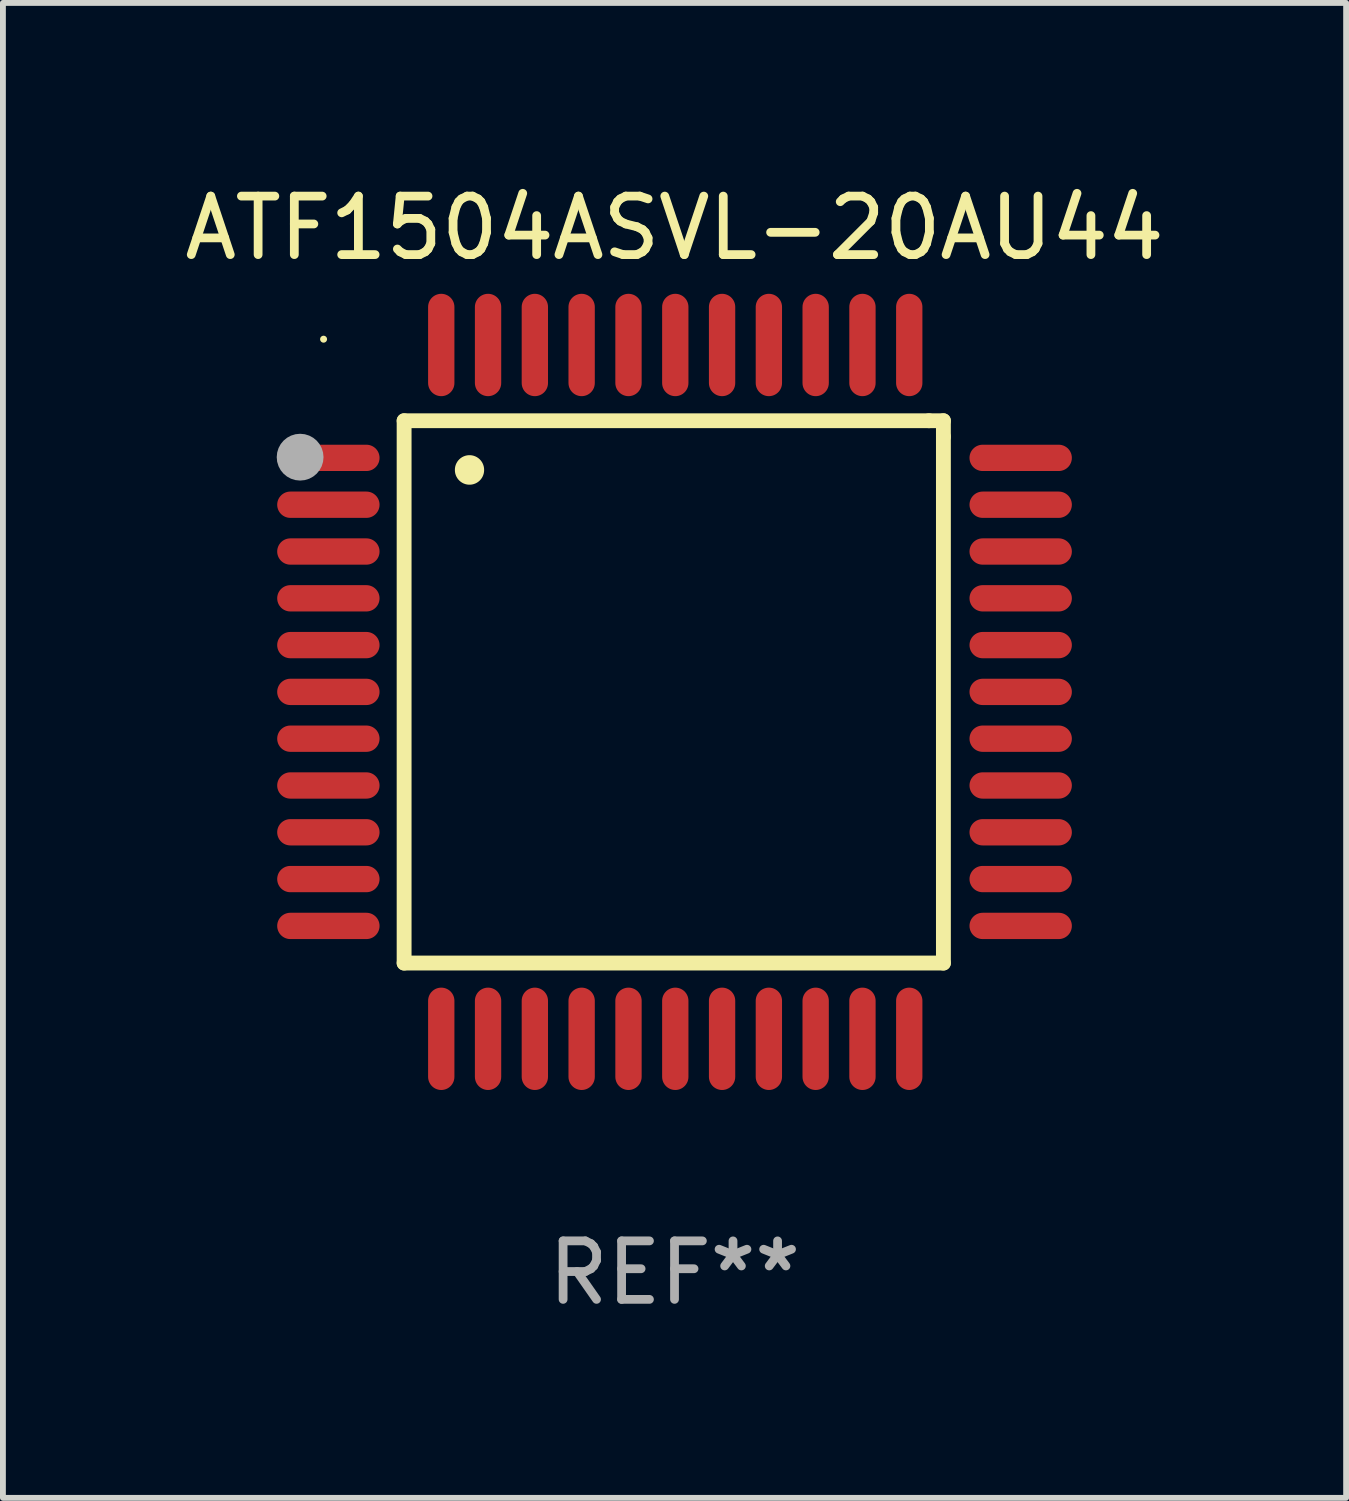
<source format=kicad_pcb>
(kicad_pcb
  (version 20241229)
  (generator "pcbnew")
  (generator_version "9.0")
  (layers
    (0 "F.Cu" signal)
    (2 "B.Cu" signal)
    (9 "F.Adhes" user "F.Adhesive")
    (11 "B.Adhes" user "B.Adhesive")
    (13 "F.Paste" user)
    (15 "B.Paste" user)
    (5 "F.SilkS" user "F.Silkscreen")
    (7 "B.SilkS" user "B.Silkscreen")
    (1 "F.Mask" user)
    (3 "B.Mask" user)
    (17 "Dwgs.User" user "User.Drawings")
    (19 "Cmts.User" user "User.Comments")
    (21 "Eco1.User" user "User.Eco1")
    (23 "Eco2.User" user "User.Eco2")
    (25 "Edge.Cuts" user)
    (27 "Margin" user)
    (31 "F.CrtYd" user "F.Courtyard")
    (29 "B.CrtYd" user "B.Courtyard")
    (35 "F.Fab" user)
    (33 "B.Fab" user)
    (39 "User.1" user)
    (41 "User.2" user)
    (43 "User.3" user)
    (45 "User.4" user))
  (footprint "ATF1504ASVL-20AU44"
    (layer "F.Cu")
    (at 8.482 8.779)
    (property "Reference" "ATF1504ASVL-20AU44" (at 0 -7.931 0) (layer "F.SilkS") (effects (font (size 1 1) (thickness 0.15))))
    (attr through_hole)
    (fp_line (start -4.623 -4.636) (end 4.35 -4.636) (stroke (width 0.254) (type solid)) (layer "F.SilkS"))
    (fp_line (start -4.623 4.636) (end -4.623 -4.636) (stroke (width 0.254) (type solid)) (layer "F.SilkS"))
    (fp_line (start 4.35 -4.636) (end 4.597 -4.636) (stroke (width 0.254) (type solid)) (layer "F.SilkS"))
    (fp_line (start 4.597 -4.636) (end 4.597 -4.363) (stroke (width 0.254) (type solid)) (layer "F.SilkS"))
    (fp_line (start 4.597 -4.363) (end 4.597 4.636) (stroke (width 0.254) (type solid)) (layer "F.SilkS"))
    (fp_line (start 4.597 4.636) (end -4.623 4.636) (stroke (width 0.254) (type solid)) (layer "F.SilkS"))
    (fp_arc (start -3.505207 -3.792228) (mid -3.50522 -3.794768) (end -3.505207 -3.797308) (stroke (width 0.5) (type solid)) (layer "F.SilkS"))
    (fp_circle (center -6 -6.03) (end -5.97 -6.03) (stroke (width 0.06) (type solid)) (fill no) (layer "F.SilkS"))
    (fp_circle (center -6.401 -4.013) (end -6.201 -4.013) (stroke (width 0.4) (type solid)) (fill no) (layer "F.Fab"))
    (fp_text user "REF**" (at 0 9.931 0) (layer "F.Fab") (effects (font (size 1 1) (thickness 0.15))))
    (pad "1" smd oval (at -5.918 -4.001 90) (size 0.45 1.75) (layers "F.Cu" "F.Mask" "F.Paste"))
    (pad "2" smd oval (at -5.918 -3.2 90) (size 0.45 1.75) (layers "F.Cu" "F.Mask" "F.Paste"))
    (pad "3" smd oval (at -5.918 -2.4 90) (size 0.45 1.75) (layers "F.Cu" "F.Mask" "F.Paste"))
    (pad "4" smd oval (at -5.918 -1.6 90) (size 0.45 1.75) (layers "F.Cu" "F.Mask" "F.Paste"))
    (pad "5" smd oval (at -5.918 -0.8 90) (size 0.45 1.75) (layers "F.Cu" "F.Mask" "F.Paste"))
    (pad "6" smd oval (at -5.918 0 90) (size 0.45 1.75) (layers "F.Cu" "F.Mask" "F.Paste"))
    (pad "7" smd oval (at -5.918 0.8 90) (size 0.45 1.75) (layers "F.Cu" "F.Mask" "F.Paste"))
    (pad "8" smd oval (at -5.918 1.6 90) (size 0.45 1.75) (layers "F.Cu" "F.Mask" "F.Paste"))
    (pad "9" smd oval (at -5.918 2.4 90) (size 0.45 1.75) (layers "F.Cu" "F.Mask" "F.Paste"))
    (pad "10" smd oval (at -5.918 3.2 90) (size 0.45 1.75) (layers "F.Cu" "F.Mask" "F.Paste"))
    (pad "11" smd oval (at -5.918 4.001 90) (size 0.45 1.75) (layers "F.Cu" "F.Mask" "F.Paste"))
    (pad "12" smd oval (at -3.988 5.931) (size 0.45 1.75) (layers "F.Cu" "F.Mask" "F.Paste"))
    (pad "13" smd oval (at -3.188 5.931) (size 0.45 1.75) (layers "F.Cu" "F.Mask" "F.Paste"))
    (pad "14" smd oval (at -2.388 5.931) (size 0.45 1.75) (layers "F.Cu" "F.Mask" "F.Paste"))
    (pad "15" smd oval (at -1.588 5.931) (size 0.45 1.75) (layers "F.Cu" "F.Mask" "F.Paste"))
    (pad "16" smd oval (at -0.787 5.931) (size 0.45 1.75) (layers "F.Cu" "F.Mask" "F.Paste"))
    (pad "17" smd oval (at 0.013 5.931) (size 0.45 1.75) (layers "F.Cu" "F.Mask" "F.Paste"))
    (pad "18" smd oval (at 0.813 5.931) (size 0.45 1.75) (layers "F.Cu" "F.Mask" "F.Paste"))
    (pad "19" smd oval (at 1.613 5.931) (size 0.45 1.75) (layers "F.Cu" "F.Mask" "F.Paste"))
    (pad "20" smd oval (at 2.413 5.931) (size 0.45 1.75) (layers "F.Cu" "F.Mask" "F.Paste"))
    (pad "21" smd oval (at 3.213 5.931) (size 0.45 1.75) (layers "F.Cu" "F.Mask" "F.Paste"))
    (pad "22" smd oval (at 4.013 5.931) (size 0.45 1.75) (layers "F.Cu" "F.Mask" "F.Paste"))
    (pad "23" smd oval (at 5.918 4.001 90) (size 0.45 1.75) (layers "F.Cu" "F.Mask" "F.Paste"))
    (pad "24" smd oval (at 5.918 3.2 90) (size 0.45 1.75) (layers "F.Cu" "F.Mask" "F.Paste"))
    (pad "25" smd oval (at 5.918 2.4 90) (size 0.45 1.75) (layers "F.Cu" "F.Mask" "F.Paste"))
    (pad "26" smd oval (at 5.918 1.6 90) (size 0.45 1.75) (layers "F.Cu" "F.Mask" "F.Paste"))
    (pad "27" smd oval (at 5.918 0.8 90) (size 0.45 1.75) (layers "F.Cu" "F.Mask" "F.Paste"))
    (pad "28" smd oval (at 5.918 0 90) (size 0.45 1.75) (layers "F.Cu" "F.Mask" "F.Paste"))
    (pad "29" smd oval (at 5.918 -0.8 90) (size 0.45 1.75) (layers "F.Cu" "F.Mask" "F.Paste"))
    (pad "30" smd oval (at 5.918 -1.6 90) (size 0.45 1.75) (layers "F.Cu" "F.Mask" "F.Paste"))
    (pad "31" smd oval (at 5.918 -2.4 90) (size 0.45 1.75) (layers "F.Cu" "F.Mask" "F.Paste"))
    (pad "32" smd oval (at 5.918 -3.2 90) (size 0.45 1.75) (layers "F.Cu" "F.Mask" "F.Paste"))
    (pad "33" smd oval (at 5.918 -4.001 90) (size 0.45 1.75) (layers "F.Cu" "F.Mask" "F.Paste"))
    (pad "34" smd oval (at 4.013 -5.931) (size 0.45 1.75) (layers "F.Cu" "F.Mask" "F.Paste"))
    (pad "35" smd oval (at 3.213 -5.931) (size 0.45 1.75) (layers "F.Cu" "F.Mask" "F.Paste"))
    (pad "36" smd oval (at 2.413 -5.931) (size 0.45 1.75) (layers "F.Cu" "F.Mask" "F.Paste"))
    (pad "37" smd oval (at 1.613 -5.931) (size 0.45 1.75) (layers "F.Cu" "F.Mask" "F.Paste"))
    (pad "38" smd oval (at 0.813 -5.931) (size 0.45 1.75) (layers "F.Cu" "F.Mask" "F.Paste"))
    (pad "39" smd oval (at 0.013 -5.931) (size 0.45 1.75) (layers "F.Cu" "F.Mask" "F.Paste"))
    (pad "40" smd oval (at -0.787 -5.931) (size 0.45 1.75) (layers "F.Cu" "F.Mask" "F.Paste"))
    (pad "41" smd oval (at -1.588 -5.931) (size 0.45 1.75) (layers "F.Cu" "F.Mask" "F.Paste"))
    (pad "42" smd oval (at -2.388 -5.931) (size 0.45 1.75) (layers "F.Cu" "F.Mask" "F.Paste"))
    (pad "43" smd oval (at -3.188 -5.931) (size 0.45 1.75) (layers "F.Cu" "F.Mask" "F.Paste"))
    (pad "44" smd oval (at -3.988 -5.931) (size 0.45 1.75) (layers "F.Cu" "F.Mask" "F.Paste")))
  (gr_rect
    (start -3 -3)
    (end 19.964 22.558)
    (stroke (width 0.1) (type default))
    (fill no)
    (layer "Edge.Cuts")))
</source>
